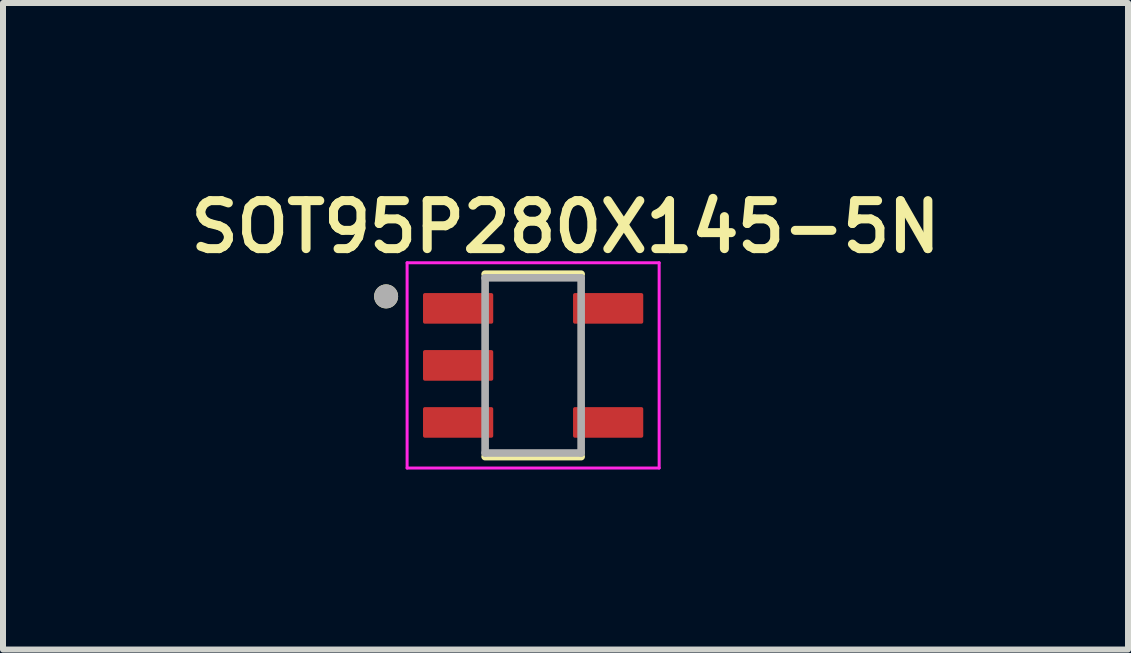
<source format=kicad_pcb>
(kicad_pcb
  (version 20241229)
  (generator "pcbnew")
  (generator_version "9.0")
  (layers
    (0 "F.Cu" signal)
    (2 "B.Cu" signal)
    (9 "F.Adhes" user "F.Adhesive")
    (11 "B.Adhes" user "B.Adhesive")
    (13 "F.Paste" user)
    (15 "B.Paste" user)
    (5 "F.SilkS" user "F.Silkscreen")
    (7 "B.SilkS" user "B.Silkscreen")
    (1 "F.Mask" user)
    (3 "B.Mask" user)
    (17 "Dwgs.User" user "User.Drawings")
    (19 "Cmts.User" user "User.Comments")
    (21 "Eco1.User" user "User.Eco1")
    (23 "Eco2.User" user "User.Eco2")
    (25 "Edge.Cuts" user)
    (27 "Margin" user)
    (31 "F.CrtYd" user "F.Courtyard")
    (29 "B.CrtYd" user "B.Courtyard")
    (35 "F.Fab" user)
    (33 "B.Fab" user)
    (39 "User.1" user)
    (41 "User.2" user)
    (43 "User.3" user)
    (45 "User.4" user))
  (footprint "SOT95P280X145-5N"
    (layer "F.Cu")
    (at 5.834 3.039)
    (property "Reference" "SOT95P280X145-5N" (at 0.54 -2.308 0) (layer "F.SilkS") (effects (font (size 0.8 0.8) (thickness 0.15))))
    (attr smd)
    (fp_line (start -0.8 -1.52) (end 0.8 -1.52) (stroke (width 0.127) (type solid)) (layer "F.SilkS"))
    (fp_line (start -0.8 1.52) (end 0.8 1.52) (stroke (width 0.127) (type solid)) (layer "F.SilkS"))
    (fp_circle (center -2.45 -1.15) (end -2.35 -1.15) (stroke (width 0.2) (type solid)) (fill no) (layer "F.SilkS"))
    (fp_line (start -2.1 -1.71) (end -2.1 1.71) (stroke (width 0.05) (type solid)) (layer "F.CrtYd"))
    (fp_line (start -2.1 1.71) (end 2.1 1.71) (stroke (width 0.05) (type solid)) (layer "F.CrtYd"))
    (fp_line (start 2.1 -1.71) (end -2.1 -1.71) (stroke (width 0.05) (type solid)) (layer "F.CrtYd"))
    (fp_line (start 2.1 1.71) (end 2.1 -1.71) (stroke (width 0.05) (type solid)) (layer "F.CrtYd"))
    (fp_line (start -0.8 -1.46) (end 0.8 -1.46) (stroke (width 0.127) (type solid)) (layer "F.Fab"))
    (fp_line (start -0.8 1.46) (end -0.8 -1.46) (stroke (width 0.127) (type solid)) (layer "F.Fab"))
    (fp_line (start 0.8 -1.46) (end 0.8 1.46) (stroke (width 0.127) (type solid)) (layer "F.Fab"))
    (fp_line (start 0.8 1.46) (end -0.8 1.46) (stroke (width 0.127) (type solid)) (layer "F.Fab"))
    (fp_circle (center -2.45 -1.15) (end -2.35 -1.15) (stroke (width 0.2) (type solid)) (fill no) (layer "F.Fab"))
    (pad "1" smd roundrect (at -1.25 -0.95) (size 1.17 0.51) (layers "F.Cu" "F.Mask" "F.Paste") (roundrect_rratio 0.06))
    (pad "2" smd roundrect (at -1.25 0) (size 1.17 0.51) (layers "F.Cu" "F.Mask" "F.Paste") (roundrect_rratio 0.06))
    (pad "3" smd roundrect (at -1.25 0.95) (size 1.17 0.51) (layers "F.Cu" "F.Mask" "F.Paste") (roundrect_rratio 0.06))
    (pad "4" smd roundrect (at 1.25 0.95 180) (size 1.17 0.51) (layers "F.Cu" "F.Mask" "F.Paste") (roundrect_rratio 0.06))
    (pad "5" smd roundrect (at 1.25 -0.95 180) (size 1.17 0.51) (layers "F.Cu" "F.Mask" "F.Paste") (roundrect_rratio 0.06)))
  (gr_rect
    (start -3 -3)
    (end 15.747 7.774)
    (stroke (width 0.1) (type default))
    (fill no)
    (layer "Edge.Cuts")))
</source>
